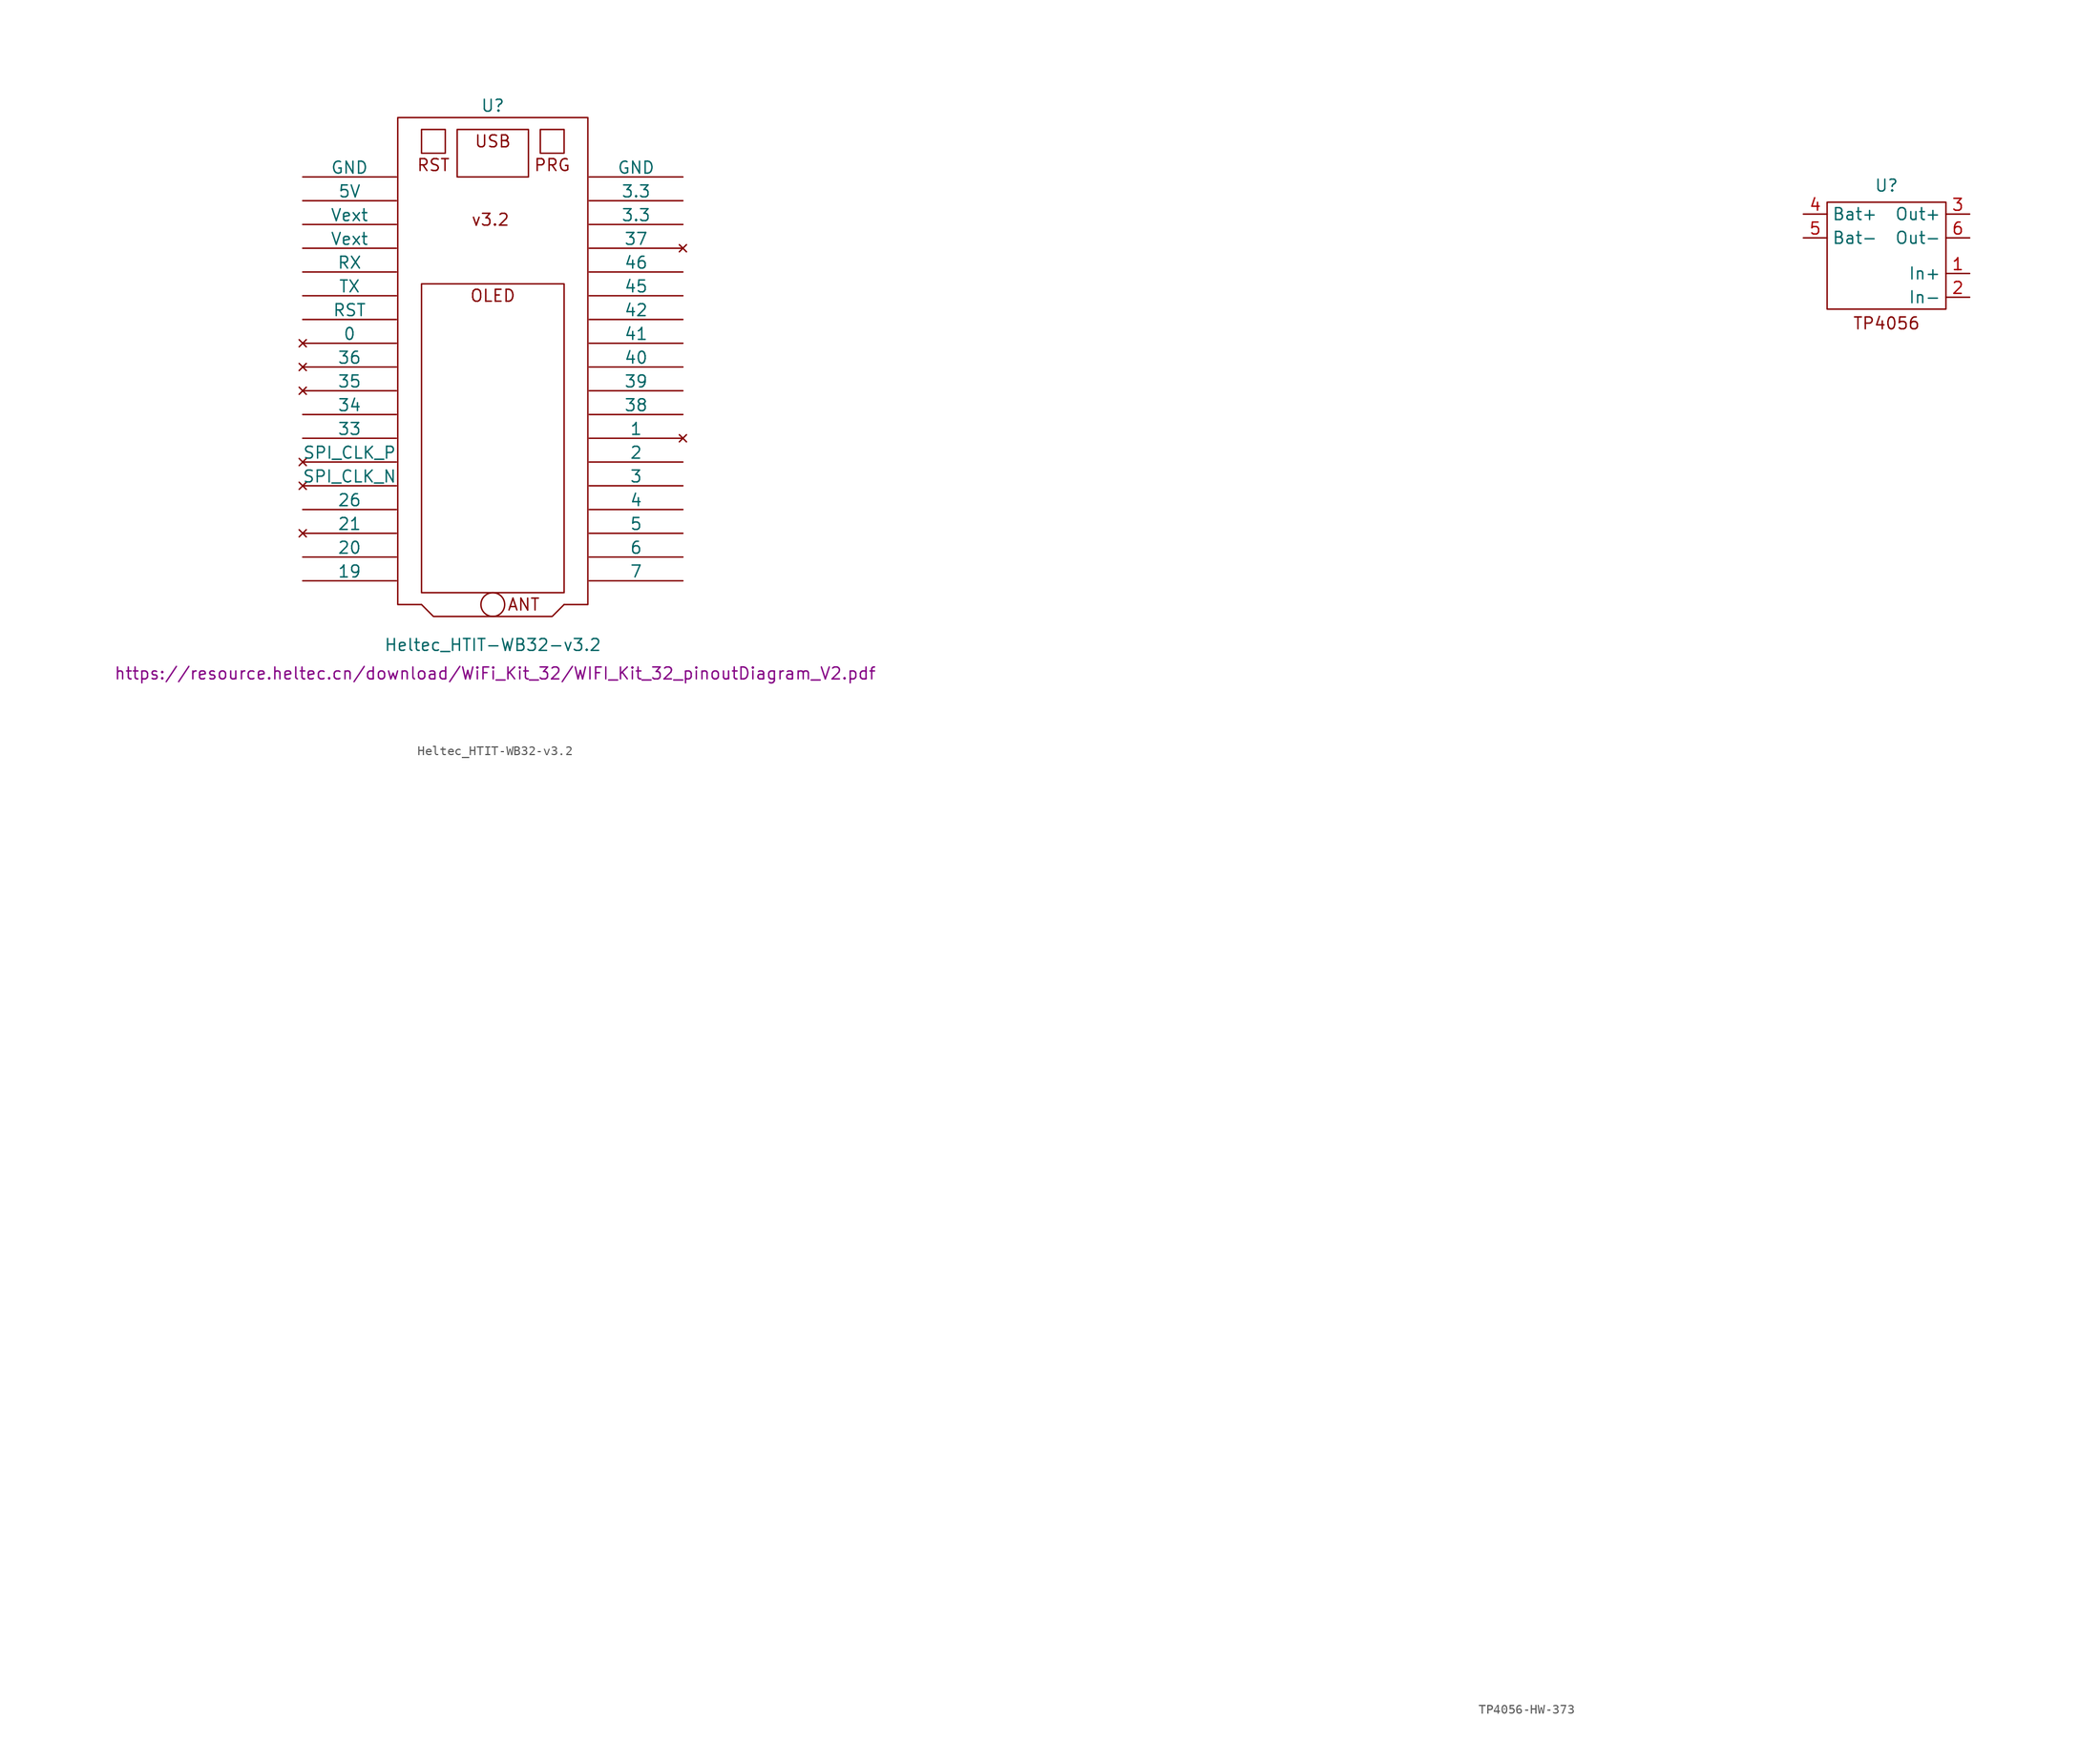
<source format=kicad_sym>
(kicad_symbol_lib
  (version 20231120)
  (generator "kicad_symbol_editor")
  (generator_version "8.0")
  (symbol "Heltec_HTIT-WB32-v3.2"
    (pin_numbers hide)
    (pin_names
      (offset 0))
    (property "Reference" "U"
      (at 0 27.94 0)
      (effects (font (size 1.27 1.27))))
    (property "Value" "Heltec_HTIT-WB32-v3.2"
      (at 0 -29.718 0)
      (effects (font (size 1.27 1.27))))
    (property "Datasheet" "https://resource.heltec.cn/download/WiFi_Kit_32/WIFI_Kit_32_pinoutDiagram_V2.pdf"
      (at 0.254 -32.766 0)
      (effects (font (size 1.27 1.27))))
    (symbol "Heltec_HTIT-WB32-v3.2_0_0"
      (rectangle (start -5.08 22.86) (end -7.62 25.4) (stroke (width 0) (type solid)) (fill (type none)))
      (rectangle (start 3.81 25.4) (end -3.81 20.32) (stroke (width 0) (type solid)) (fill (type none)))
      (rectangle (start 5.08 22.86) (end 7.62 25.4) (stroke (width 0) (type solid)) (fill (type none)))
      (rectangle (start 7.62 -24.13) (end -7.62 8.89) (stroke (width 0) (type solid)) (fill (type none)))
      (text "OLED" (at 0 7.62 0) (effects (font (size 1.27 1.27))))
      (text "PRG" (at 6.35 21.59 0) (effects (font (size 1.27 1.27))))
      (text "RST" (at -6.35 21.59 0) (effects (font (size 1.27 1.27))))
      (text "USB" (at 0 24.13 0) (effects (font (size 1.27 1.27)))))
    (symbol "Heltec_HTIT-WB32-v3.2_0_1"
      (circle (center 0 -25.4) (radius 1.27) (stroke (width 0) (type default)) (fill (type none)))
      (polyline (pts (xy 7.62 -25.4) (xy 6.35 -26.67) (xy -6.35 -26.67) (xy -7.62 -25.4)) (stroke (width 0) (type default)) (fill (type none)))
      (polyline (pts (xy -7.62 -25.4) (xy -10.16 -25.4) (xy -10.16 26.67) (xy 10.16 26.67) (xy 10.16 -25.4) (xy 7.62 -25.4)) (stroke (width 0) (type default)) (fill (type none))))
    (symbol "Heltec_HTIT-WB32-v3.2_1_1"
      (text "ANT" (at 3.302 -25.4 0) (effects (font (size 1.27 1.27))))
      (text "v3.2" (at -0.254 15.748 0) (effects (font (size 1.27 1.27))))
      (pin power_in line (at -20.32 20.32 0) (length 10.008) (name "GND" (effects (font (size 1.27 1.27)))) (number "1" (effects (font (size 1.27 1.27)))))
      (pin no_connect line (at -20.32 -2.54 0) (length 10.008) (name "35" (effects (font (size 1.27 1.27)))) (number "10" (effects (font (size 1.27 1.27)))))
      (pin bidirectional line (at -20.32 -5.08 0) (length 10.008) (name "34" (effects (font (size 1.27 1.27)))) (number "11" (effects (font (size 1.27 1.27)))))
      (pin bidirectional line (at -20.32 -7.62 0) (length 10.008) (name "33" (effects (font (size 1.27 1.27)))) (number "12" (effects (font (size 1.27 1.27)))))
      (pin no_connect line (at -20.32 -10.16 0) (length 10.008) (name "SPI_CLK_P" (effects (font (size 1.27 1.27)))) (number "13" (effects (font (size 1.27 1.27)))))
      (pin no_connect line (at -20.32 -12.7 0) (length 10.008) (name "SPI_CLK_N" (effects (font (size 1.27 1.27)))) (number "14" (effects (font (size 1.27 1.27)))))
      (pin bidirectional line (at -20.32 -15.24 0) (length 10.008) (name "26" (effects (font (size 1.27 1.27)))) (number "15" (effects (font (size 1.27 1.27)))))
      (pin no_connect line (at -20.32 -17.78 0) (length 10.008) (name "21" (effects (font (size 1.27 1.27)))) (number "16" (effects (font (size 1.27 1.27)))))
      (pin bidirectional line (at -20.32 -20.32 0) (length 10.008) (name "20" (effects (font (size 1.27 1.27)))) (number "17" (effects (font (size 1.27 1.27)))))
      (pin bidirectional line (at -20.32 -22.86 0) (length 10.008) (name "19" (effects (font (size 1.27 1.27)))) (number "18" (effects (font (size 1.27 1.27)))))
      (pin power_in line (at 20.32 20.32 180) (length 10.008) (name "GND" (effects (font (size 1.27 1.27)))) (number "19" (effects (font (size 1.27 1.27)))))
      (pin power_in line (at -20.32 17.78 0) (length 10.008) (name "5V" (effects (font (size 1.27 1.27)))) (number "2" (effects (font (size 1.27 1.27)))))
      (pin power_in line (at 20.32 17.78 180) (length 10.008) (name "3.3" (effects (font (size 1.27 1.27)))) (number "20" (effects (font (size 1.27 1.27)))))
      (pin power_out line (at 20.32 15.24 180) (length 10.008) (name "3.3" (effects (font (size 1.27 1.27)))) (number "21" (effects (font (size 1.27 1.27)))))
      (pin no_connect line (at 20.32 12.7 180) (length 10.008) (name "37" (effects (font (size 1.27 1.27)))) (number "22" (effects (font (size 1.27 1.27)))))
      (pin bidirectional line (at 20.32 10.16 180) (length 10.008) (name "46" (effects (font (size 1.27 1.27)))) (number "23" (effects (font (size 1.27 1.27)))))
      (pin bidirectional line (at 20.32 7.62 180) (length 10.008) (name "45" (effects (font (size 1.27 1.27)))) (number "24" (effects (font (size 1.27 1.27)))))
      (pin bidirectional line (at 20.32 5.08 180) (length 10.008) (name "42" (effects (font (size 1.27 1.27)))) (number "25" (effects (font (size 1.27 1.27)))))
      (pin bidirectional line (at 20.32 2.54 180) (length 10.008) (name "41" (effects (font (size 1.27 1.27)))) (number "26" (effects (font (size 1.27 1.27)))))
      (pin bidirectional line (at 20.32 0 180) (length 10.008) (name "40" (effects (font (size 1.27 1.27)))) (number "27" (effects (font (size 1.27 1.27)))))
      (pin bidirectional line (at 20.32 -2.54 180) (length 10.008) (name "39" (effects (font (size 1.27 1.27)))) (number "28" (effects (font (size 1.27 1.27)))))
      (pin bidirectional line (at 20.32 -5.08 180) (length 10.008) (name "38" (effects (font (size 1.27 1.27)))) (number "29" (effects (font (size 1.27 1.27)))))
      (pin power_out line (at -20.32 15.24 0) (length 10.008) (name "Vext" (effects (font (size 1.27 1.27)))) (number "3" (effects (font (size 1.27 1.27)))))
      (pin no_connect line (at 20.32 -7.62 180) (length 10.008) (name "1" (effects (font (size 1.27 1.27)))) (number "30" (effects (font (size 1.27 1.27)))))
      (pin bidirectional line (at 20.32 -10.16 180) (length 10.008) (name "2" (effects (font (size 1.27 1.27)))) (number "31" (effects (font (size 1.27 1.27)))))
      (pin bidirectional line (at 20.32 -12.7 180) (length 10.008) (name "3" (effects (font (size 1.27 1.27)))) (number "32" (effects (font (size 1.27 1.27)))))
      (pin bidirectional line (at 20.32 -15.24 180) (length 10.008) (name "4" (effects (font (size 1.27 1.27)))) (number "33" (effects (font (size 1.27 1.27)))))
      (pin bidirectional line (at 20.32 -17.78 180) (length 10.008) (name "5" (effects (font (size 1.27 1.27)))) (number "34" (effects (font (size 1.27 1.27)))))
      (pin bidirectional line (at 20.32 -20.32 180) (length 10.008) (name "6" (effects (font (size 1.27 1.27)))) (number "35" (effects (font (size 1.27 1.27)))))
      (pin bidirectional line (at 20.32 -22.86 180) (length 10.008) (name "7" (effects (font (size 1.27 1.27)))) (number "36" (effects (font (size 1.27 1.27)))))
      (pin power_out line (at -20.32 12.7 0) (length 10.008) (name "Vext" (effects (font (size 1.27 1.27)))) (number "4" (effects (font (size 1.27 1.27)))))
      (pin bidirectional line (at -20.32 10.16 0) (length 10.008) (name "RX" (effects (font (size 1.27 1.27)))) (number "5" (effects (font (size 1.27 1.27)))))
      (pin bidirectional line (at -20.32 7.62 0) (length 10.008) (name "TX" (effects (font (size 1.27 1.27)))) (number "6" (effects (font (size 1.27 1.27)))))
      (pin bidirectional line (at -20.32 5.08 0) (length 10.008) (name "RST" (effects (font (size 1.27 1.27)))) (number "7" (effects (font (size 1.27 1.27)))))
      (pin no_connect line (at -20.32 2.54 0) (length 10.008) (name "0" (effects (font (size 1.27 1.27)))) (number "8" (effects (font (size 1.27 1.27)))))
      (pin no_connect line (at -20.32 0 0) (length 10.008) (name "36" (effects (font (size 1.27 1.27)))) (number "9" (effects (font (size 1.27 1.27)))))))
  (symbol "TP4056-HW-373"
    (property "Reference" "U"
      (at 0 6.858 0)
      (effects (font (size 1.27 1.27))))
    (property "Value" ""
      (at -86 -140 0)
      (effects (font (size 1.27 1.27))))
    (symbol "TP4056-HW-373_0_1"
      (rectangle (start -6.35 5.08) (end 6.35 -6.35) (stroke (width 0) (type default)) (fill (type none))))
    (symbol "TP4056-HW-373_1_1"
      (text "TP4056" (at 0 -7.874 0) (effects (font (size 1.27 1.27))))
      (pin power_in line (at 8.89 -2.54 180) (length 2.54) (name "In+" (effects (font (size 1.27 1.27)))) (number "1" (effects (font (size 1.27 1.27)))))
      (pin power_in line (at 8.89 -5.08 180) (length 2.54) (name "In-" (effects (font (size 1.27 1.27)))) (number "2" (effects (font (size 1.27 1.27)))))
      (pin power_out line (at 8.89 3.81 180) (length 2.54) (name "Out+" (effects (font (size 1.27 1.27)))) (number "3" (effects (font (size 1.27 1.27)))))
      (pin passive line (at -8.89 3.81 0) (length 2.54) (name "Bat+" (effects (font (size 1.27 1.27)))) (number "4" (effects (font (size 1.27 1.27)))))
      (pin power_out line (at -8.89 1.27 0) (length 2.54) (name "Bat-" (effects (font (size 1.27 1.27)))) (number "5" (effects (font (size 1.27 1.27)))))
      (pin power_out line (at 8.89 1.27 180) (length 2.54) (name "Out-" (effects (font (size 1.27 1.27)))) (number "6" (effects (font (size 1.27 1.27))))))))
</source>
